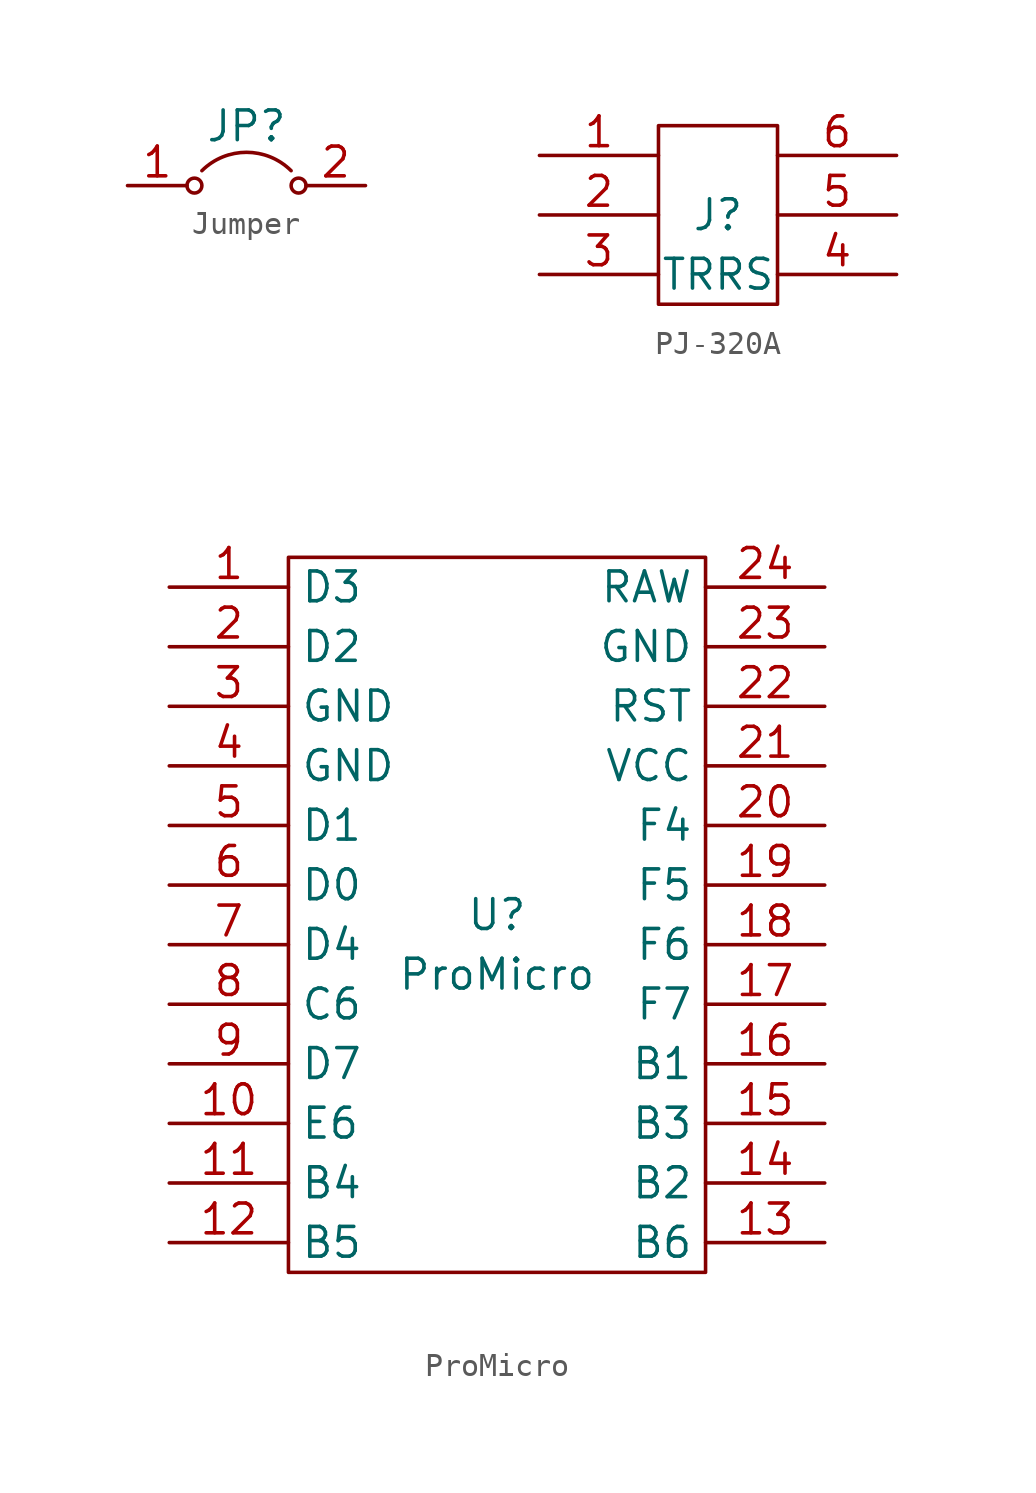
<source format=kicad_sym>
(kicad_symbol_lib
  (version 20220914)
  (generator kicad_symbol_editor)
  (symbol "Jumper"
    (property "Reference" "JP"
      (at 0 2.54 0)
      (do_not_autoplace)
      (effects (font (size 1.27 1.27))))
    (symbol "Jumper_0_1"
      (circle (center -2.223 0) (radius 0.318) (stroke (width 0) (type default)) (fill (type none)))
      (arc (start 1.905 0.635) (mid 0 1.4204) (end -1.905 0.635) (stroke (width 0) (type default)) (fill (type none)))
      (circle (center 2.223 0) (radius 0.318) (stroke (width 0) (type default)) (fill (type none))))
    (symbol "Jumper_1_1"
      (pin passive line (at -5.08 0 0) (length 2.54) (name "" (effects (font (size 1.27 1.27)))) (number "1" (effects (font (size 1.27 1.27)))))
      (pin passive line (at 5.08 0 180) (length 2.54) (name "" (effects (font (size 1.27 1.27)))) (number "2" (effects (font (size 1.27 1.27)))))))
  (symbol "PJ-320A"
    (property "Reference" "J"
      (at 0 0 0)
      (do_not_autoplace)
      (effects (font (size 1.27 1.27))))
    (property "Value" "TRRS"
      (at 0 -2.54 0)
      (do_not_autoplace)
      (effects (font (size 1.27 1.27))))
    (symbol "PJ-320A_0_1"
      (rectangle (start -2.54 3.81) (end 2.54 -3.81) (stroke (width 0) (type default)) (fill (type none))))
    (symbol "PJ-320A_1_1"
      (pin bidirectional line (at -7.62 2.54 0) (length 5.08) (name "" (effects (font (size 1.27 1.27)))) (number "1" (effects (font (size 1.27 1.27)))))
      (pin bidirectional line (at -7.62 0 0) (length 5.08) (name "" (effects (font (size 1.27 1.27)))) (number "2" (effects (font (size 1.27 1.27)))))
      (pin bidirectional line (at -7.62 -2.54 0) (length 5.08) (name "" (effects (font (size 1.27 1.27)))) (number "3" (effects (font (size 1.27 1.27)))))
      (pin bidirectional line (at 7.62 -2.54 180) (length 5.08) (name "" (effects (font (size 1.27 1.27)))) (number "4" (effects (font (size 1.27 1.27)))))
      (pin bidirectional line (at 7.62 0 180) (length 5.08) (name "" (effects (font (size 1.27 1.27)))) (number "5" (effects (font (size 1.27 1.27)))))
      (pin bidirectional line (at 7.62 2.54 180) (length 5.08) (name "" (effects (font (size 1.27 1.27)))) (number "6" (effects (font (size 1.27 1.27)))))))
  (symbol "ProMicro"
    (property "Reference" "U"
      (at 0 0 0)
      (do_not_autoplace)
      (effects (font (size 1.27 1.27))))
    (property "Value" "ProMicro"
      (at 0 -2.54 0)
      (do_not_autoplace)
      (effects (font (size 1.27 1.27))))
    (symbol "ProMicro_0_1"
      (rectangle (start -8.89 15.24) (end 8.89 -15.24) (stroke (width 0) (type default)) (fill (type none))))
    (symbol "ProMicro_1_1"
      (pin bidirectional line (at -13.97 13.97 0) (length 5.08) (name "D3" (effects (font (size 1.27 1.27)))) (number "1" (effects (font (size 1.27 1.27)))))
      (pin bidirectional line (at -13.97 -8.89 0) (length 5.08) (name "E6" (effects (font (size 1.27 1.27)))) (number "10" (effects (font (size 1.27 1.27)))))
      (pin bidirectional line (at -13.97 -11.43 0) (length 5.08) (name "B4" (effects (font (size 1.27 1.27)))) (number "11" (effects (font (size 1.27 1.27)))))
      (pin bidirectional line (at -13.97 -13.97 0) (length 5.08) (name "B5" (effects (font (size 1.27 1.27)))) (number "12" (effects (font (size 1.27 1.27)))))
      (pin bidirectional line (at 13.97 -13.97 180) (length 5.08) (name "B6" (effects (font (size 1.27 1.27)))) (number "13" (effects (font (size 1.27 1.27)))))
      (pin bidirectional line (at 13.97 -11.43 180) (length 5.08) (name "B2" (effects (font (size 1.27 1.27)))) (number "14" (effects (font (size 1.27 1.27)))))
      (pin bidirectional line (at 13.97 -8.89 180) (length 5.08) (name "B3" (effects (font (size 1.27 1.27)))) (number "15" (effects (font (size 1.27 1.27)))))
      (pin bidirectional line (at 13.97 -6.35 180) (length 5.08) (name "B1" (effects (font (size 1.27 1.27)))) (number "16" (effects (font (size 1.27 1.27)))))
      (pin bidirectional line (at 13.97 -3.81 180) (length 5.08) (name "F7" (effects (font (size 1.27 1.27)))) (number "17" (effects (font (size 1.27 1.27)))))
      (pin bidirectional line (at 13.97 -1.27 180) (length 5.08) (name "F6" (effects (font (size 1.27 1.27)))) (number "18" (effects (font (size 1.27 1.27)))))
      (pin bidirectional line (at 13.97 1.27 180) (length 5.08) (name "F5" (effects (font (size 1.27 1.27)))) (number "19" (effects (font (size 1.27 1.27)))))
      (pin bidirectional line (at -13.97 11.43 0) (length 5.08) (name "D2" (effects (font (size 1.27 1.27)))) (number "2" (effects (font (size 1.27 1.27)))))
      (pin bidirectional line (at 13.97 3.81 180) (length 5.08) (name "F4" (effects (font (size 1.27 1.27)))) (number "20" (effects (font (size 1.27 1.27)))))
      (pin power_out line (at 13.97 6.35 180) (length 5.08) (name "VCC" (effects (font (size 1.27 1.27)))) (number "21" (effects (font (size 1.27 1.27)))))
      (pin bidirectional line (at 13.97 8.89 180) (length 5.08) (name "RST" (effects (font (size 1.27 1.27)))) (number "22" (effects (font (size 1.27 1.27)))))
      (pin power_out line (at 13.97 11.43 180) (length 5.08) (name "GND" (effects (font (size 1.27 1.27)))) (number "23" (effects (font (size 1.27 1.27)))))
      (pin bidirectional line (at 13.97 13.97 180) (length 5.08) (name "RAW" (effects (font (size 1.27 1.27)))) (number "24" (effects (font (size 1.27 1.27)))))
      (pin power_out line (at -13.97 8.89 0) (length 5.08) (name "GND" (effects (font (size 1.27 1.27)))) (number "3" (effects (font (size 1.27 1.27)))))
      (pin power_out line (at -13.97 6.35 0) (length 5.08) (name "GND" (effects (font (size 1.27 1.27)))) (number "4" (effects (font (size 1.27 1.27)))))
      (pin bidirectional line (at -13.97 3.81 0) (length 5.08) (name "D1" (effects (font (size 1.27 1.27)))) (number "5" (effects (font (size 1.27 1.27)))))
      (pin bidirectional line (at -13.97 1.27 0) (length 5.08) (name "D0" (effects (font (size 1.27 1.27)))) (number "6" (effects (font (size 1.27 1.27)))))
      (pin bidirectional line (at -13.97 -1.27 0) (length 5.08) (name "D4" (effects (font (size 1.27 1.27)))) (number "7" (effects (font (size 1.27 1.27)))))
      (pin bidirectional line (at -13.97 -3.81 0) (length 5.08) (name "C6" (effects (font (size 1.27 1.27)))) (number "8" (effects (font (size 1.27 1.27)))))
      (pin bidirectional line (at -13.97 -6.35 0) (length 5.08) (name "D7" (effects (font (size 1.27 1.27)))) (number "9" (effects (font (size 1.27 1.27))))))))
</source>
